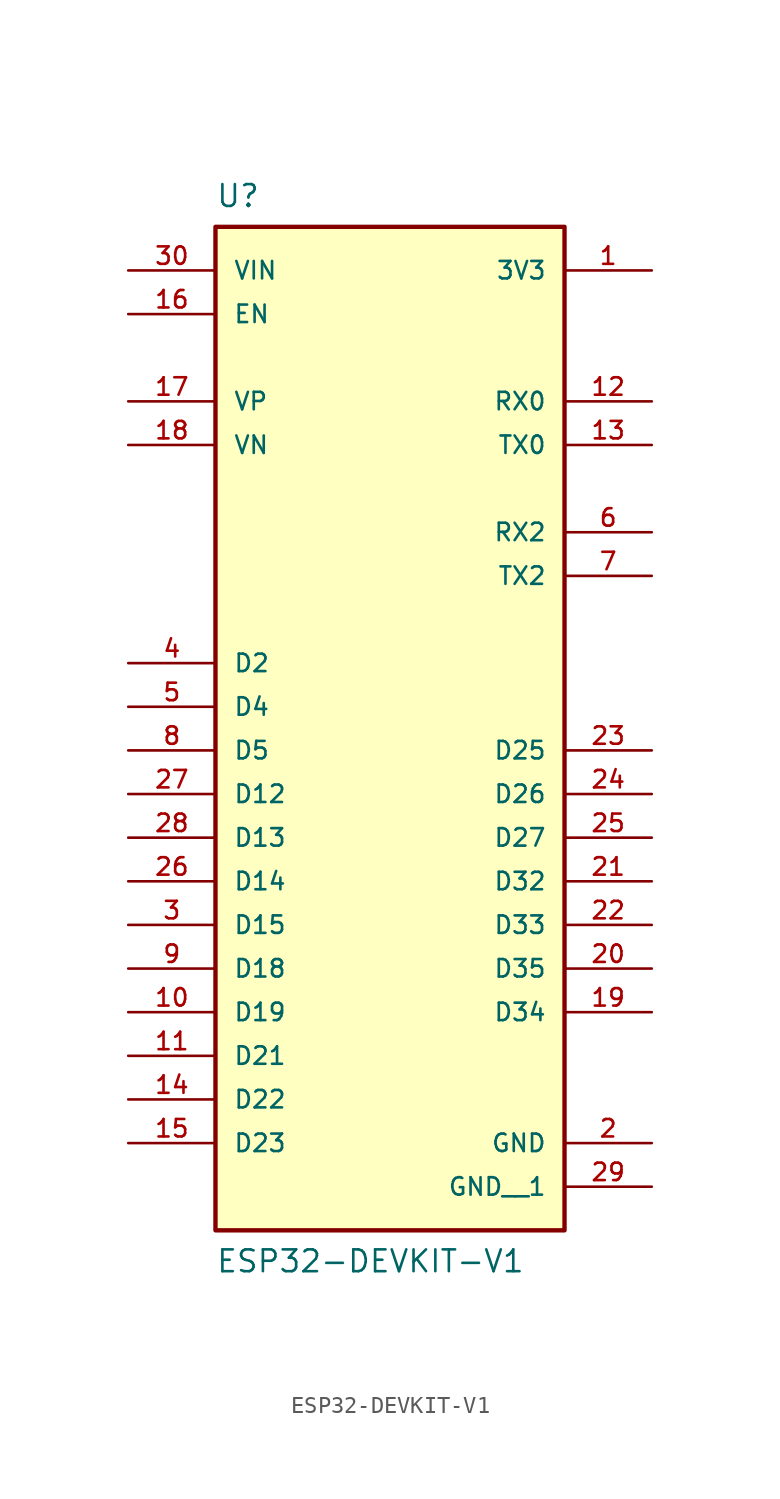
<source format=kicad_sym>
(kicad_symbol_lib
  (version 20231120)
  (generator "kicad_symbol_editor")
  (generator_version "8.0")
  (symbol "ESP32-DEVKIT-V1"
    (pin_names
      (offset 1.016))
    (property "Reference" "U"
      (at -10.16 30.48 0)
      (effects (font (size 1.27 1.27)) (justify left top)))
    (property "Value" "ESP32-DEVKIT-V1"
      (at -10.16 -33.02 0)
      (effects (font (size 1.27 1.27)) (justify left bottom)))
    (symbol "ESP32-DEVKIT-V1_0_0"
      (rectangle (start -10.16 27.94) (end 10.16 -30.48) (stroke (width 0.254) (type default)) (fill (type background)))
      (pin output line (at 15.24 25.4 180) (length 5.08) (name "3V3" (effects (font (size 1.016 1.016)))) (number "1" (effects (font (size 1.016 1.016)))))
      (pin bidirectional line (at -15.24 -17.78 0) (length 5.08) (name "D19" (effects (font (size 1.016 1.016)))) (number "10" (effects (font (size 1.016 1.016)))))
      (pin bidirectional line (at -15.24 -20.32 0) (length 5.08) (name "D21" (effects (font (size 1.016 1.016)))) (number "11" (effects (font (size 1.016 1.016)))))
      (pin input line (at 15.24 17.78 180) (length 5.08) (name "RX0" (effects (font (size 1.016 1.016)))) (number "12" (effects (font (size 1.016 1.016)))))
      (pin output line (at 15.24 15.24 180) (length 5.08) (name "TX0" (effects (font (size 1.016 1.016)))) (number "13" (effects (font (size 1.016 1.016)))))
      (pin bidirectional line (at -15.24 -22.86 0) (length 5.08) (name "D22" (effects (font (size 1.016 1.016)))) (number "14" (effects (font (size 1.016 1.016)))))
      (pin bidirectional line (at -15.24 -25.4 0) (length 5.08) (name "D23" (effects (font (size 1.016 1.016)))) (number "15" (effects (font (size 1.016 1.016)))))
      (pin input line (at -15.24 22.86 0) (length 5.08) (name "EN" (effects (font (size 1.016 1.016)))) (number "16" (effects (font (size 1.016 1.016)))))
      (pin bidirectional line (at -15.24 17.78 0) (length 5.08) (name "VP" (effects (font (size 1.016 1.016)))) (number "17" (effects (font (size 1.016 1.016)))))
      (pin bidirectional line (at -15.24 15.24 0) (length 5.08) (name "VN" (effects (font (size 1.016 1.016)))) (number "18" (effects (font (size 1.016 1.016)))))
      (pin bidirectional line (at 15.24 -17.78 180) (length 5.08) (name "D34" (effects (font (size 1.016 1.016)))) (number "19" (effects (font (size 1.016 1.016)))))
      (pin power_in line (at 15.24 -25.4 180) (length 5.08) (name "GND" (effects (font (size 1.016 1.016)))) (number "2" (effects (font (size 1.016 1.016)))))
      (pin bidirectional line (at 15.24 -15.24 180) (length 5.08) (name "D35" (effects (font (size 1.016 1.016)))) (number "20" (effects (font (size 1.016 1.016)))))
      (pin bidirectional line (at 15.24 -10.16 180) (length 5.08) (name "D32" (effects (font (size 1.016 1.016)))) (number "21" (effects (font (size 1.016 1.016)))))
      (pin bidirectional line (at 15.24 -12.7 180) (length 5.08) (name "D33" (effects (font (size 1.016 1.016)))) (number "22" (effects (font (size 1.016 1.016)))))
      (pin bidirectional line (at 15.24 -2.54 180) (length 5.08) (name "D25" (effects (font (size 1.016 1.016)))) (number "23" (effects (font (size 1.016 1.016)))))
      (pin bidirectional line (at 15.24 -5.08 180) (length 5.08) (name "D26" (effects (font (size 1.016 1.016)))) (number "24" (effects (font (size 1.016 1.016)))))
      (pin bidirectional line (at 15.24 -7.62 180) (length 5.08) (name "D27" (effects (font (size 1.016 1.016)))) (number "25" (effects (font (size 1.016 1.016)))))
      (pin bidirectional line (at -15.24 -10.16 0) (length 5.08) (name "D14" (effects (font (size 1.016 1.016)))) (number "26" (effects (font (size 1.016 1.016)))))
      (pin bidirectional line (at -15.24 -5.08 0) (length 5.08) (name "D12" (effects (font (size 1.016 1.016)))) (number "27" (effects (font (size 1.016 1.016)))))
      (pin bidirectional line (at -15.24 -7.62 0) (length 5.08) (name "D13" (effects (font (size 1.016 1.016)))) (number "28" (effects (font (size 1.016 1.016)))))
      (pin power_in line (at 15.24 -27.94 180) (length 5.08) (name "GND__1" (effects (font (size 1.016 1.016)))) (number "29" (effects (font (size 1.016 1.016)))))
      (pin bidirectional line (at -15.24 -12.7 0) (length 5.08) (name "D15" (effects (font (size 1.016 1.016)))) (number "3" (effects (font (size 1.016 1.016)))))
      (pin input line (at -15.24 25.4 0) (length 5.08) (name "VIN" (effects (font (size 1.016 1.016)))) (number "30" (effects (font (size 1.016 1.016)))))
      (pin bidirectional line (at -15.24 2.54 0) (length 5.08) (name "D2" (effects (font (size 1.016 1.016)))) (number "4" (effects (font (size 1.016 1.016)))))
      (pin bidirectional line (at -15.24 0 0) (length 5.08) (name "D4" (effects (font (size 1.016 1.016)))) (number "5" (effects (font (size 1.016 1.016)))))
      (pin input line (at 15.24 10.16 180) (length 5.08) (name "RX2" (effects (font (size 1.016 1.016)))) (number "6" (effects (font (size 1.016 1.016)))))
      (pin output line (at 15.24 7.62 180) (length 5.08) (name "TX2" (effects (font (size 1.016 1.016)))) (number "7" (effects (font (size 1.016 1.016)))))
      (pin bidirectional line (at -15.24 -2.54 0) (length 5.08) (name "D5" (effects (font (size 1.016 1.016)))) (number "8" (effects (font (size 1.016 1.016)))))
      (pin bidirectional line (at -15.24 -15.24 0) (length 5.08) (name "D18" (effects (font (size 1.016 1.016)))) (number "9" (effects (font (size 1.016 1.016))))))))
</source>
